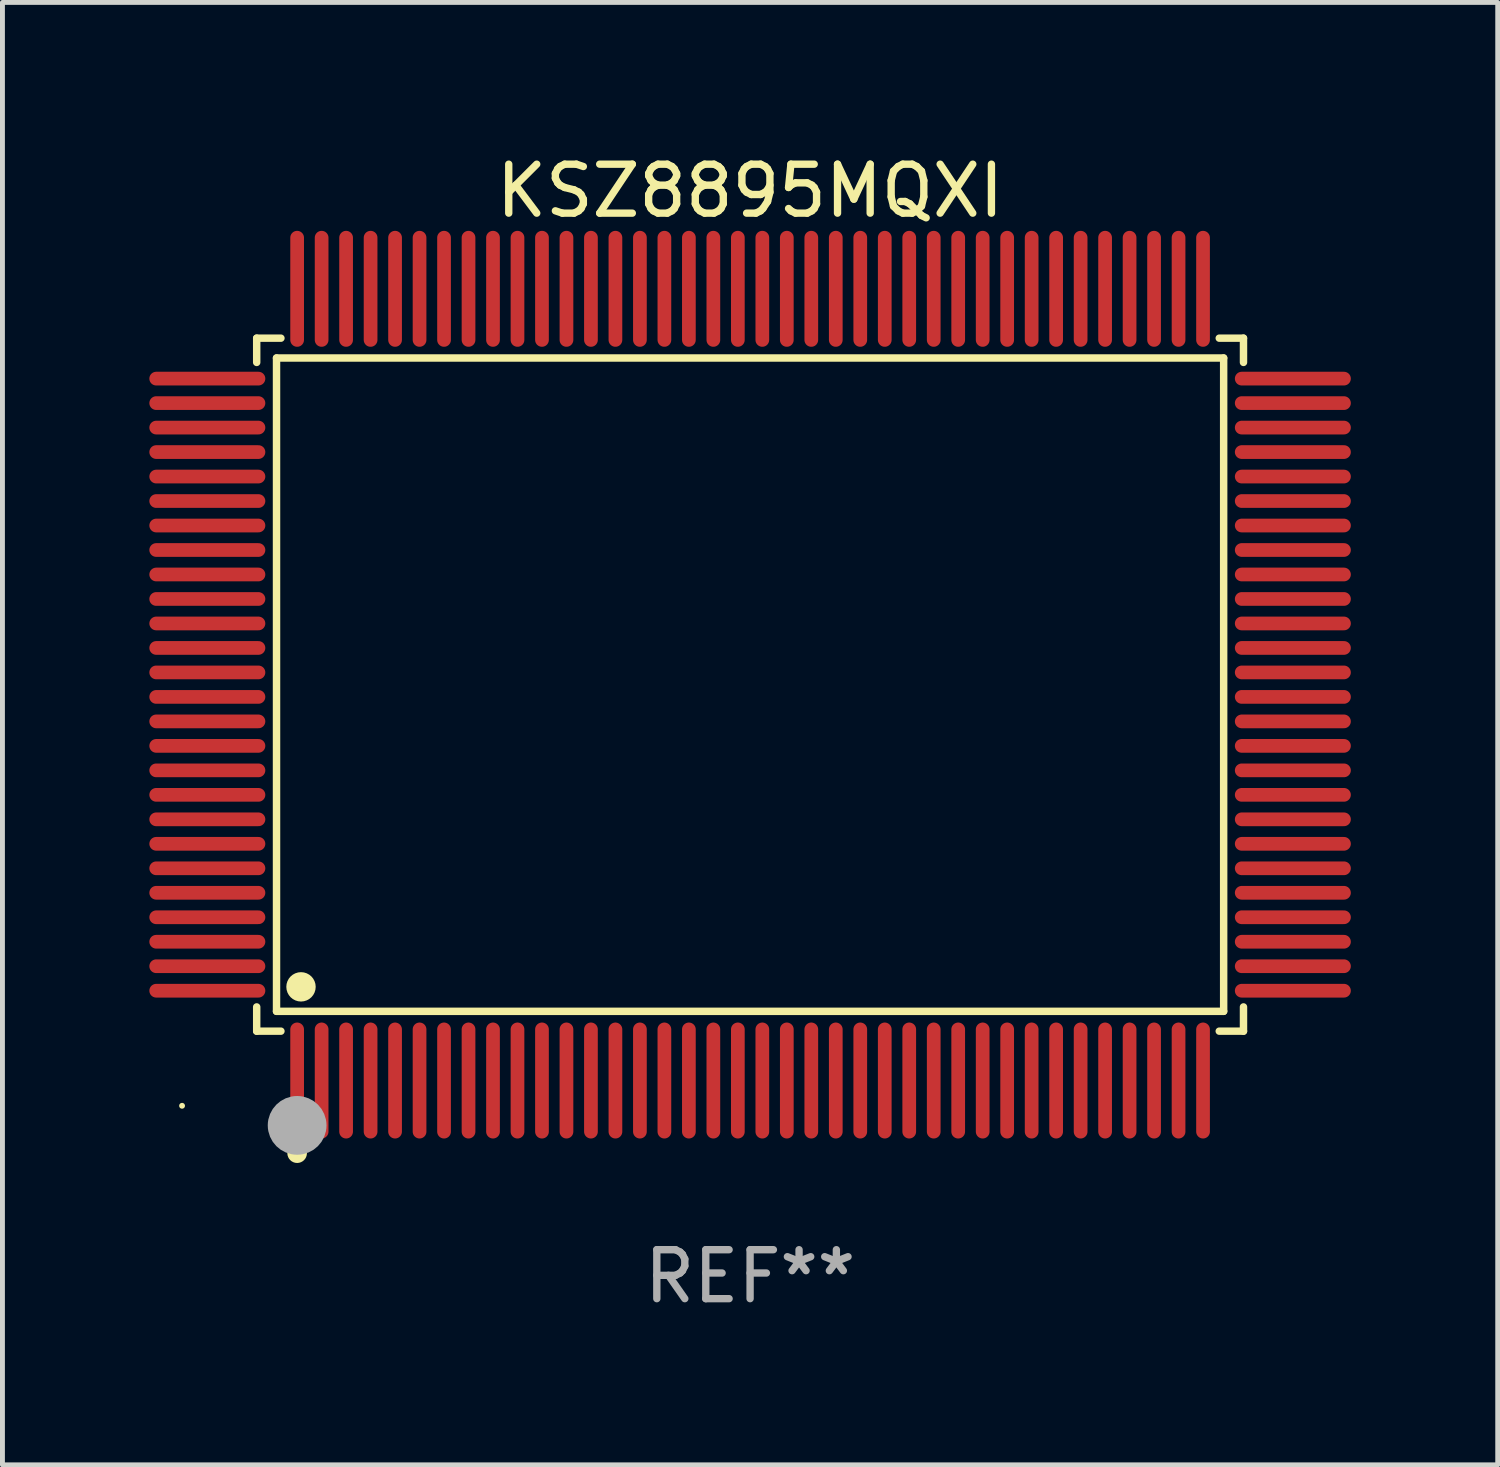
<source format=kicad_pcb>
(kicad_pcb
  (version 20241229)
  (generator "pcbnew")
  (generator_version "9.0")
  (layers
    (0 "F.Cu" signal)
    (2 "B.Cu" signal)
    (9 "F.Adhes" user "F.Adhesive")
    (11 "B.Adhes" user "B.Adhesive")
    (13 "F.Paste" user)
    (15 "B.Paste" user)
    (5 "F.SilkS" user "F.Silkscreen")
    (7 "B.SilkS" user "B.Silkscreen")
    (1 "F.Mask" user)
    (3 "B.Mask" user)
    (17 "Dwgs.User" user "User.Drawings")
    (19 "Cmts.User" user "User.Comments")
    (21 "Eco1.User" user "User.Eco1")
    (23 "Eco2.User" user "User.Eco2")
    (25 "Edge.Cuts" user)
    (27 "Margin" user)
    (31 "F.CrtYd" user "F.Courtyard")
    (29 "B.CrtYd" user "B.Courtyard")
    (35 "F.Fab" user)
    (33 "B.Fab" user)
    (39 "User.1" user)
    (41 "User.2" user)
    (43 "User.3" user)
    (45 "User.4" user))
  (footprint "KSZ8895MQXI"
    (layer "F.Cu")
    (at 12.268 10.932)
    (property "Reference" "KSZ8895MQXI" (at 0 -10.084 0) (layer "F.SilkS") (effects (font (size 1 1) (thickness 0.15))))
    (attr through_hole)
    (fp_line (start -10.076 -7.076) (end -9.581 -7.076) (stroke (width 0.152) (type solid)) (layer "F.SilkS"))
    (fp_line (start -10.076 -6.581) (end -10.076 -7.076) (stroke (width 0.152) (type solid)) (layer "F.SilkS"))
    (fp_line (start -10.076 6.581) (end -10.076 7.076) (stroke (width 0.152) (type solid)) (layer "F.SilkS"))
    (fp_line (start -10.076 7.076) (end -9.581 7.076) (stroke (width 0.152) (type solid)) (layer "F.SilkS"))
    (fp_line (start -9.671 -6.671) (end 9.671 -6.671) (stroke (width 0.152) (type solid)) (layer "F.SilkS"))
    (fp_line (start -9.671 6.671) (end -9.671 -6.671) (stroke (width 0.152) (type solid)) (layer "F.SilkS"))
    (fp_line (start 9.671 -6.671) (end 9.671 6.671) (stroke (width 0.152) (type solid)) (layer "F.SilkS"))
    (fp_line (start 9.671 6.671) (end -9.671 6.671) (stroke (width 0.152) (type solid)) (layer "F.SilkS"))
    (fp_line (start 10.076 -7.076) (end 9.581 -7.076) (stroke (width 0.152) (type solid)) (layer "F.SilkS"))
    (fp_line (start 10.076 -6.581) (end 10.076 -7.076) (stroke (width 0.152) (type solid)) (layer "F.SilkS"))
    (fp_line (start 10.076 6.581) (end 10.076 7.076) (stroke (width 0.152) (type solid)) (layer "F.SilkS"))
    (fp_line (start 10.076 7.076) (end 9.581 7.076) (stroke (width 0.152) (type solid)) (layer "F.SilkS"))
    (fp_circle (center -11.6 8.6) (end -11.57 8.6) (stroke (width 0.06) (type solid)) (fill no) (layer "F.SilkS"))
    (fp_circle (center -9.25 9.568) (end -9.15 9.568) (stroke (width 0.2) (type solid)) (fill no) (layer "F.SilkS"))
    (fp_circle (center -9.171 6.171) (end -9.021 6.171) (stroke (width 0.3) (type solid)) (fill no) (layer "F.SilkS"))
    (fp_circle (center -9.25 9) (end -8.95 9) (stroke (width 0.6) (type solid)) (fill no) (layer "F.Fab"))
    (fp_text user "REF**" (at 0 12.084 0) (layer "F.Fab") (effects (font (size 1 1) (thickness 0.15))))
    (pad "1" smd oval (at -9.25 8.084) (size 0.28 2.368) (layers "F.Cu" "F.Mask" "F.Paste"))
    (pad "2" smd oval (at -8.75 8.084) (size 0.28 2.368) (layers "F.Cu" "F.Mask" "F.Paste"))
    (pad "3" smd oval (at -8.25 8.084) (size 0.28 2.368) (layers "F.Cu" "F.Mask" "F.Paste"))
    (pad "4" smd oval (at -7.75 8.084) (size 0.28 2.368) (layers "F.Cu" "F.Mask" "F.Paste"))
    (pad "5" smd oval (at -7.25 8.084) (size 0.28 2.368) (layers "F.Cu" "F.Mask" "F.Paste"))
    (pad "6" smd oval (at -6.75 8.084) (size 0.28 2.368) (layers "F.Cu" "F.Mask" "F.Paste"))
    (pad "7" smd oval (at -6.25 8.084) (size 0.28 2.368) (layers "F.Cu" "F.Mask" "F.Paste"))
    (pad "8" smd oval (at -5.75 8.084) (size 0.28 2.368) (layers "F.Cu" "F.Mask" "F.Paste"))
    (pad "9" smd oval (at -5.25 8.084) (size 0.28 2.368) (layers "F.Cu" "F.Mask" "F.Paste"))
    (pad "10" smd oval (at -4.75 8.084) (size 0.28 2.368) (layers "F.Cu" "F.Mask" "F.Paste"))
    (pad "11" smd oval (at -4.25 8.084) (size 0.28 2.368) (layers "F.Cu" "F.Mask" "F.Paste"))
    (pad "12" smd oval (at -3.75 8.084) (size 0.28 2.368) (layers "F.Cu" "F.Mask" "F.Paste"))
    (pad "13" smd oval (at -3.25 8.084) (size 0.28 2.368) (layers "F.Cu" "F.Mask" "F.Paste"))
    (pad "14" smd oval (at -2.75 8.084) (size 0.28 2.368) (layers "F.Cu" "F.Mask" "F.Paste"))
    (pad "15" smd oval (at -2.25 8.084) (size 0.28 2.368) (layers "F.Cu" "F.Mask" "F.Paste"))
    (pad "16" smd oval (at -1.75 8.084) (size 0.28 2.368) (layers "F.Cu" "F.Mask" "F.Paste"))
    (pad "17" smd oval (at -1.25 8.084) (size 0.28 2.368) (layers "F.Cu" "F.Mask" "F.Paste"))
    (pad "18" smd oval (at -0.75 8.084) (size 0.28 2.368) (layers "F.Cu" "F.Mask" "F.Paste"))
    (pad "19" smd oval (at -0.25 8.084) (size 0.28 2.368) (layers "F.Cu" "F.Mask" "F.Paste"))
    (pad "20" smd oval (at 0.25 8.084) (size 0.28 2.368) (layers "F.Cu" "F.Mask" "F.Paste"))
    (pad "21" smd oval (at 0.75 8.084) (size 0.28 2.368) (layers "F.Cu" "F.Mask" "F.Paste"))
    (pad "22" smd oval (at 1.25 8.084) (size 0.28 2.368) (layers "F.Cu" "F.Mask" "F.Paste"))
    (pad "23" smd oval (at 1.75 8.084) (size 0.28 2.368) (layers "F.Cu" "F.Mask" "F.Paste"))
    (pad "24" smd oval (at 2.25 8.084) (size 0.28 2.368) (layers "F.Cu" "F.Mask" "F.Paste"))
    (pad "25" smd oval (at 2.75 8.084) (size 0.28 2.368) (layers "F.Cu" "F.Mask" "F.Paste"))
    (pad "26" smd oval (at 3.25 8.084) (size 0.28 2.368) (layers "F.Cu" "F.Mask" "F.Paste"))
    (pad "27" smd oval (at 3.75 8.084) (size 0.28 2.368) (layers "F.Cu" "F.Mask" "F.Paste"))
    (pad "28" smd oval (at 4.25 8.084) (size 0.28 2.368) (layers "F.Cu" "F.Mask" "F.Paste"))
    (pad "29" smd oval (at 4.75 8.084) (size 0.28 2.368) (layers "F.Cu" "F.Mask" "F.Paste"))
    (pad "30" smd oval (at 5.25 8.084) (size 0.28 2.368) (layers "F.Cu" "F.Mask" "F.Paste"))
    (pad "31" smd oval (at 5.75 8.084) (size 0.28 2.368) (layers "F.Cu" "F.Mask" "F.Paste"))
    (pad "32" smd oval (at 6.25 8.084) (size 0.28 2.368) (layers "F.Cu" "F.Mask" "F.Paste"))
    (pad "33" smd oval (at 6.75 8.084) (size 0.28 2.368) (layers "F.Cu" "F.Mask" "F.Paste"))
    (pad "34" smd oval (at 7.25 8.084) (size 0.28 2.368) (layers "F.Cu" "F.Mask" "F.Paste"))
    (pad "35" smd oval (at 7.75 8.084) (size 0.28 2.368) (layers "F.Cu" "F.Mask" "F.Paste"))
    (pad "36" smd oval (at 8.25 8.084) (size 0.28 2.368) (layers "F.Cu" "F.Mask" "F.Paste"))
    (pad "37" smd oval (at 8.75 8.084) (size 0.28 2.368) (layers "F.Cu" "F.Mask" "F.Paste"))
    (pad "38" smd oval (at 9.25 8.084) (size 0.28 2.368) (layers "F.Cu" "F.Mask" "F.Paste"))
    (pad "39" smd oval (at 11.084 6.25) (size 2.368 0.28) (layers "F.Cu" "F.Mask" "F.Paste"))
    (pad "40" smd oval (at 11.084 5.75) (size 2.368 0.28) (layers "F.Cu" "F.Mask" "F.Paste"))
    (pad "41" smd oval (at 11.084 5.25) (size 2.368 0.28) (layers "F.Cu" "F.Mask" "F.Paste"))
    (pad "42" smd oval (at 11.084 4.75) (size 2.368 0.28) (layers "F.Cu" "F.Mask" "F.Paste"))
    (pad "43" smd oval (at 11.084 4.25) (size 2.368 0.28) (layers "F.Cu" "F.Mask" "F.Paste"))
    (pad "44" smd oval (at 11.084 3.75) (size 2.368 0.28) (layers "F.Cu" "F.Mask" "F.Paste"))
    (pad "45" smd oval (at 11.084 3.25) (size 2.368 0.28) (layers "F.Cu" "F.Mask" "F.Paste"))
    (pad "46" smd oval (at 11.084 2.75) (size 2.368 0.28) (layers "F.Cu" "F.Mask" "F.Paste"))
    (pad "47" smd oval (at 11.084 2.25) (size 2.368 0.28) (layers "F.Cu" "F.Mask" "F.Paste"))
    (pad "48" smd oval (at 11.084 1.75) (size 2.368 0.28) (layers "F.Cu" "F.Mask" "F.Paste"))
    (pad "49" smd oval (at 11.084 1.25) (size 2.368 0.28) (layers "F.Cu" "F.Mask" "F.Paste"))
    (pad "50" smd oval (at 11.084 0.75) (size 2.368 0.28) (layers "F.Cu" "F.Mask" "F.Paste"))
    (pad "51" smd oval (at 11.084 0.25) (size 2.368 0.28) (layers "F.Cu" "F.Mask" "F.Paste"))
    (pad "52" smd oval (at 11.084 -0.25) (size 2.368 0.28) (layers "F.Cu" "F.Mask" "F.Paste"))
    (pad "53" smd oval (at 11.084 -0.75) (size 2.368 0.28) (layers "F.Cu" "F.Mask" "F.Paste"))
    (pad "54" smd oval (at 11.084 -1.25) (size 2.368 0.28) (layers "F.Cu" "F.Mask" "F.Paste"))
    (pad "55" smd oval (at 11.084 -1.75) (size 2.368 0.28) (layers "F.Cu" "F.Mask" "F.Paste"))
    (pad "56" smd oval (at 11.084 -2.25) (size 2.368 0.28) (layers "F.Cu" "F.Mask" "F.Paste"))
    (pad "57" smd oval (at 11.084 -2.75) (size 2.368 0.28) (layers "F.Cu" "F.Mask" "F.Paste"))
    (pad "58" smd oval (at 11.084 -3.25) (size 2.368 0.28) (layers "F.Cu" "F.Mask" "F.Paste"))
    (pad "59" smd oval (at 11.084 -3.75) (size 2.368 0.28) (layers "F.Cu" "F.Mask" "F.Paste"))
    (pad "60" smd oval (at 11.084 -4.25) (size 2.368 0.28) (layers "F.Cu" "F.Mask" "F.Paste"))
    (pad "61" smd oval (at 11.084 -4.75) (size 2.368 0.28) (layers "F.Cu" "F.Mask" "F.Paste"))
    (pad "62" smd oval (at 11.084 -5.25) (size 2.368 0.28) (layers "F.Cu" "F.Mask" "F.Paste"))
    (pad "63" smd oval (at 11.084 -5.75) (size 2.368 0.28) (layers "F.Cu" "F.Mask" "F.Paste"))
    (pad "64" smd oval (at 11.084 -6.25) (size 2.368 0.28) (layers "F.Cu" "F.Mask" "F.Paste"))
    (pad "65" smd oval (at 9.25 -8.084) (size 0.28 2.368) (layers "F.Cu" "F.Mask" "F.Paste"))
    (pad "66" smd oval (at 8.75 -8.084) (size 0.28 2.368) (layers "F.Cu" "F.Mask" "F.Paste"))
    (pad "67" smd oval (at 8.25 -8.084) (size 0.28 2.368) (layers "F.Cu" "F.Mask" "F.Paste"))
    (pad "68" smd oval (at 7.75 -8.084) (size 0.28 2.368) (layers "F.Cu" "F.Mask" "F.Paste"))
    (pad "69" smd oval (at 7.25 -8.084) (size 0.28 2.368) (layers "F.Cu" "F.Mask" "F.Paste"))
    (pad "70" smd oval (at 6.75 -8.084) (size 0.28 2.368) (layers "F.Cu" "F.Mask" "F.Paste"))
    (pad "71" smd oval (at 6.25 -8.084) (size 0.28 2.368) (layers "F.Cu" "F.Mask" "F.Paste"))
    (pad "72" smd oval (at 5.75 -8.084) (size 0.28 2.368) (layers "F.Cu" "F.Mask" "F.Paste"))
    (pad "73" smd oval (at 5.25 -8.084) (size 0.28 2.368) (layers "F.Cu" "F.Mask" "F.Paste"))
    (pad "74" smd oval (at 4.75 -8.084) (size 0.28 2.368) (layers "F.Cu" "F.Mask" "F.Paste"))
    (pad "75" smd oval (at 4.25 -8.084) (size 0.28 2.368) (layers "F.Cu" "F.Mask" "F.Paste"))
    (pad "76" smd oval (at 3.75 -8.084) (size 0.28 2.368) (layers "F.Cu" "F.Mask" "F.Paste"))
    (pad "77" smd oval (at 3.25 -8.084) (size 0.28 2.368) (layers "F.Cu" "F.Mask" "F.Paste"))
    (pad "78" smd oval (at 2.75 -8.084) (size 0.28 2.368) (layers "F.Cu" "F.Mask" "F.Paste"))
    (pad "79" smd oval (at 2.25 -8.084) (size 0.28 2.368) (layers "F.Cu" "F.Mask" "F.Paste"))
    (pad "80" smd oval (at 1.75 -8.084) (size 0.28 2.368) (layers "F.Cu" "F.Mask" "F.Paste"))
    (pad "81" smd oval (at 1.25 -8.084) (size 0.28 2.368) (layers "F.Cu" "F.Mask" "F.Paste"))
    (pad "82" smd oval (at 0.75 -8.084) (size 0.28 2.368) (layers "F.Cu" "F.Mask" "F.Paste"))
    (pad "83" smd oval (at 0.25 -8.084) (size 0.28 2.368) (layers "F.Cu" "F.Mask" "F.Paste"))
    (pad "84" smd oval (at -0.25 -8.084) (size 0.28 2.368) (layers "F.Cu" "F.Mask" "F.Paste"))
    (pad "85" smd oval (at -0.75 -8.084) (size 0.28 2.368) (layers "F.Cu" "F.Mask" "F.Paste"))
    (pad "86" smd oval (at -1.25 -8.084) (size 0.28 2.368) (layers "F.Cu" "F.Mask" "F.Paste"))
    (pad "87" smd oval (at -1.75 -8.084) (size 0.28 2.368) (layers "F.Cu" "F.Mask" "F.Paste"))
    (pad "88" smd oval (at -2.25 -8.084) (size 0.28 2.368) (layers "F.Cu" "F.Mask" "F.Paste"))
    (pad "89" smd oval (at -2.75 -8.084) (size 0.28 2.368) (layers "F.Cu" "F.Mask" "F.Paste"))
    (pad "90" smd oval (at -3.25 -8.084) (size 0.28 2.368) (layers "F.Cu" "F.Mask" "F.Paste"))
    (pad "91" smd oval (at -3.75 -8.084) (size 0.28 2.368) (layers "F.Cu" "F.Mask" "F.Paste"))
    (pad "92" smd oval (at -4.25 -8.084) (size 0.28 2.368) (layers "F.Cu" "F.Mask" "F.Paste"))
    (pad "93" smd oval (at -4.75 -8.084) (size 0.28 2.368) (layers "F.Cu" "F.Mask" "F.Paste"))
    (pad "94" smd oval (at -5.25 -8.084) (size 0.28 2.368) (layers "F.Cu" "F.Mask" "F.Paste"))
    (pad "95" smd oval (at -5.75 -8.084) (size 0.28 2.368) (layers "F.Cu" "F.Mask" "F.Paste"))
    (pad "96" smd oval (at -6.25 -8.084) (size 0.28 2.368) (layers "F.Cu" "F.Mask" "F.Paste"))
    (pad "97" smd oval (at -6.75 -8.084) (size 0.28 2.368) (layers "F.Cu" "F.Mask" "F.Paste"))
    (pad "98" smd oval (at -7.25 -8.084) (size 0.28 2.368) (layers "F.Cu" "F.Mask" "F.Paste"))
    (pad "99" smd oval (at -7.75 -8.084) (size 0.28 2.368) (layers "F.Cu" "F.Mask" "F.Paste"))
    (pad "100" smd oval (at -8.25 -8.084) (size 0.28 2.368) (layers "F.Cu" "F.Mask" "F.Paste"))
    (pad "101" smd oval (at -8.75 -8.084) (size 0.28 2.368) (layers "F.Cu" "F.Mask" "F.Paste"))
    (pad "102" smd oval (at -9.25 -8.084) (size 0.28 2.368) (layers "F.Cu" "F.Mask" "F.Paste"))
    (pad "103" smd oval (at -11.084 -6.25) (size 2.368 0.28) (layers "F.Cu" "F.Mask" "F.Paste"))
    (pad "104" smd oval (at -11.084 -5.75) (size 2.368 0.28) (layers "F.Cu" "F.Mask" "F.Paste"))
    (pad "105" smd oval (at -11.084 -5.25) (size 2.368 0.28) (layers "F.Cu" "F.Mask" "F.Paste"))
    (pad "106" smd oval (at -11.084 -4.75) (size 2.368 0.28) (layers "F.Cu" "F.Mask" "F.Paste"))
    (pad "107" smd oval (at -11.084 -4.25) (size 2.368 0.28) (layers "F.Cu" "F.Mask" "F.Paste"))
    (pad "108" smd oval (at -11.084 -3.75) (size 2.368 0.28) (layers "F.Cu" "F.Mask" "F.Paste"))
    (pad "109" smd oval (at -11.084 -3.25) (size 2.368 0.28) (layers "F.Cu" "F.Mask" "F.Paste"))
    (pad "110" smd oval (at -11.084 -2.75) (size 2.368 0.28) (layers "F.Cu" "F.Mask" "F.Paste"))
    (pad "111" smd oval (at -11.084 -2.25) (size 2.368 0.28) (layers "F.Cu" "F.Mask" "F.Paste"))
    (pad "112" smd oval (at -11.084 -1.75) (size 2.368 0.28) (layers "F.Cu" "F.Mask" "F.Paste"))
    (pad "113" smd oval (at -11.084 -1.25) (size 2.368 0.28) (layers "F.Cu" "F.Mask" "F.Paste"))
    (pad "114" smd oval (at -11.084 -0.75) (size 2.368 0.28) (layers "F.Cu" "F.Mask" "F.Paste"))
    (pad "115" smd oval (at -11.084 -0.25) (size 2.368 0.28) (layers "F.Cu" "F.Mask" "F.Paste"))
    (pad "116" smd oval (at -11.084 0.25) (size 2.368 0.28) (layers "F.Cu" "F.Mask" "F.Paste"))
    (pad "117" smd oval (at -11.084 0.75) (size 2.368 0.28) (layers "F.Cu" "F.Mask" "F.Paste"))
    (pad "118" smd oval (at -11.084 1.25) (size 2.368 0.28) (layers "F.Cu" "F.Mask" "F.Paste"))
    (pad "119" smd oval (at -11.084 1.75) (size 2.368 0.28) (layers "F.Cu" "F.Mask" "F.Paste"))
    (pad "120" smd oval (at -11.084 2.25) (size 2.368 0.28) (layers "F.Cu" "F.Mask" "F.Paste"))
    (pad "121" smd oval (at -11.084 2.75) (size 2.368 0.28) (layers "F.Cu" "F.Mask" "F.Paste"))
    (pad "122" smd oval (at -11.084 3.25) (size 2.368 0.28) (layers "F.Cu" "F.Mask" "F.Paste"))
    (pad "123" smd oval (at -11.084 3.75) (size 2.368 0.28) (layers "F.Cu" "F.Mask" "F.Paste"))
    (pad "124" smd oval (at -11.084 4.25) (size 2.368 0.28) (layers "F.Cu" "F.Mask" "F.Paste"))
    (pad "125" smd oval (at -11.084 4.75) (size 2.368 0.28) (layers "F.Cu" "F.Mask" "F.Paste"))
    (pad "126" smd oval (at -11.084 5.25) (size 2.368 0.28) (layers "F.Cu" "F.Mask" "F.Paste"))
    (pad "127" smd oval (at -11.084 5.75) (size 2.368 0.28) (layers "F.Cu" "F.Mask" "F.Paste"))
    (pad "128" smd oval (at -11.084 6.25) (size 2.368 0.28) (layers "F.Cu" "F.Mask" "F.Paste")))
  (gr_rect
    (start -3 -3)
    (end 27.536 26.865)
    (stroke (width 0.1) (type default))
    (fill no)
    (layer "Edge.Cuts")))
</source>
